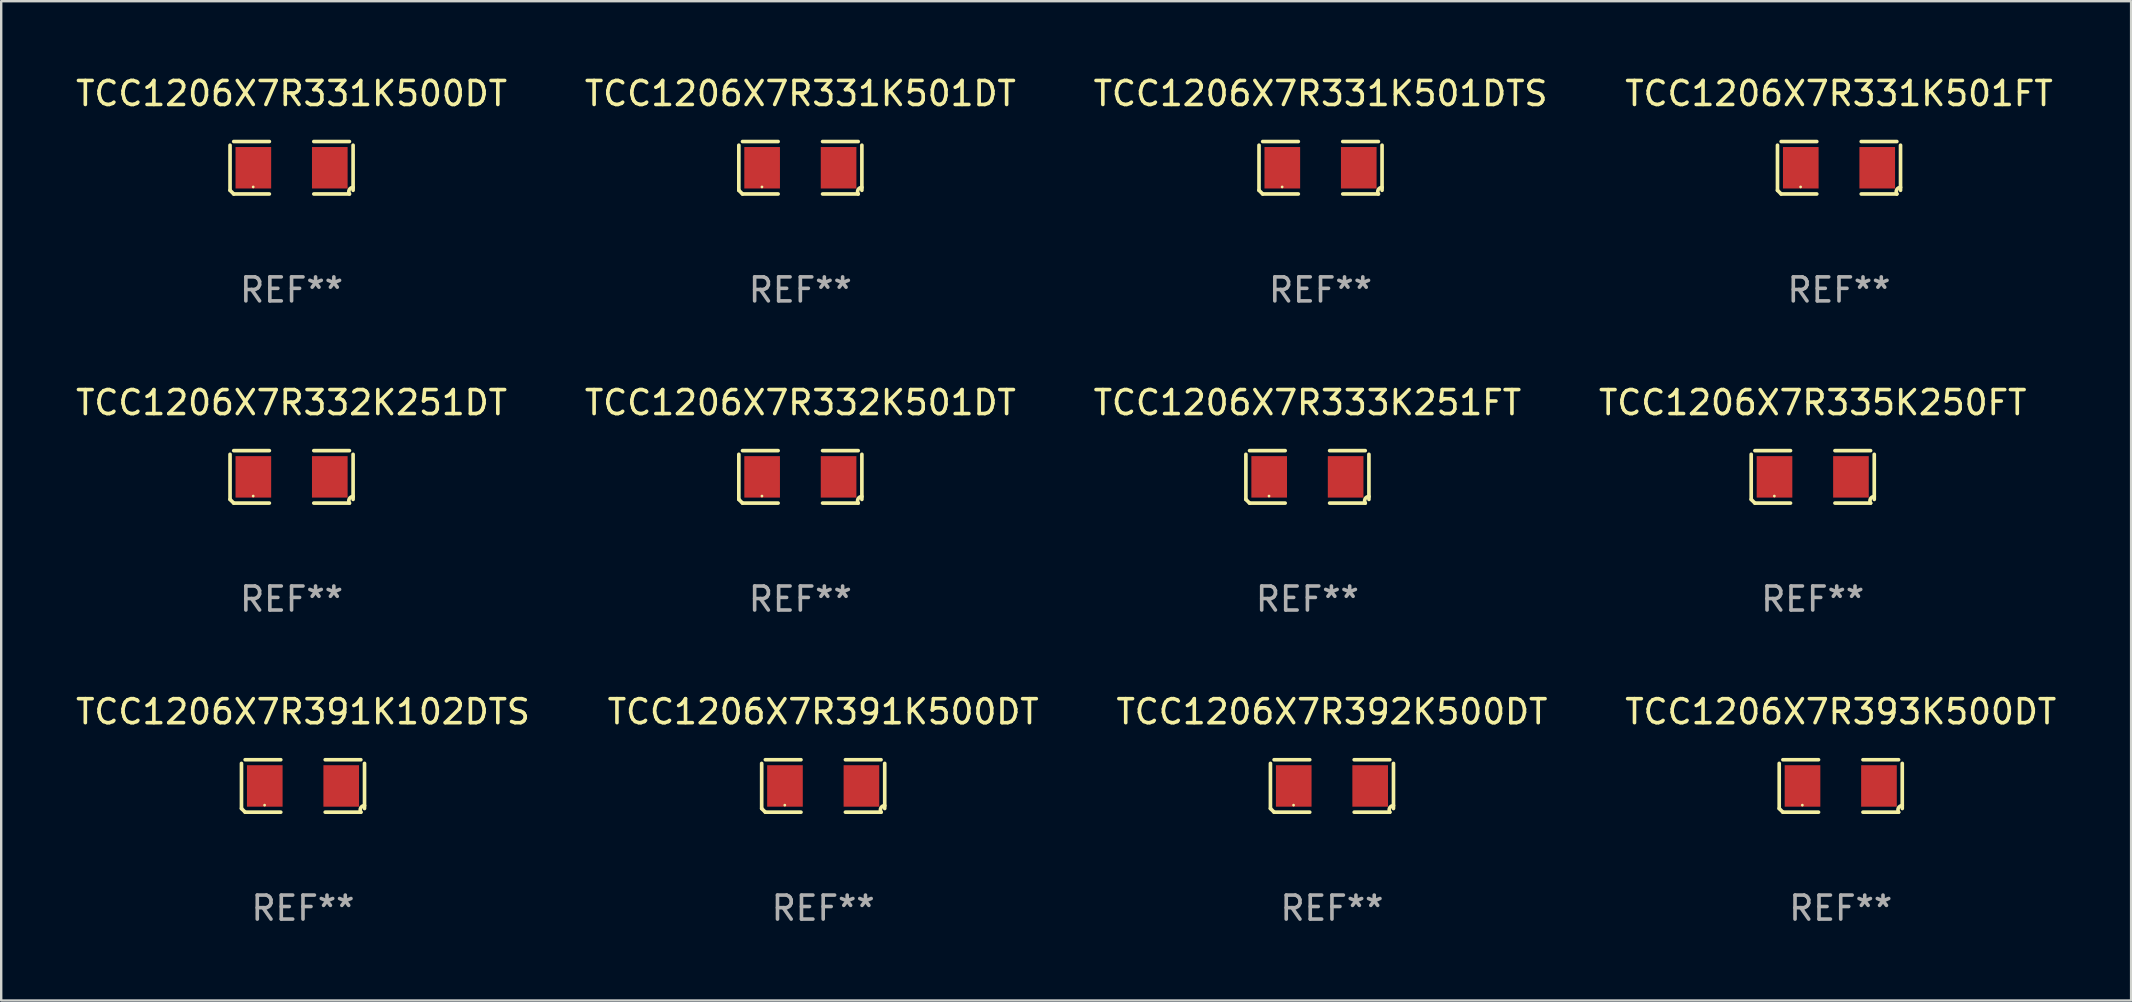
<source format=kicad_pcb>
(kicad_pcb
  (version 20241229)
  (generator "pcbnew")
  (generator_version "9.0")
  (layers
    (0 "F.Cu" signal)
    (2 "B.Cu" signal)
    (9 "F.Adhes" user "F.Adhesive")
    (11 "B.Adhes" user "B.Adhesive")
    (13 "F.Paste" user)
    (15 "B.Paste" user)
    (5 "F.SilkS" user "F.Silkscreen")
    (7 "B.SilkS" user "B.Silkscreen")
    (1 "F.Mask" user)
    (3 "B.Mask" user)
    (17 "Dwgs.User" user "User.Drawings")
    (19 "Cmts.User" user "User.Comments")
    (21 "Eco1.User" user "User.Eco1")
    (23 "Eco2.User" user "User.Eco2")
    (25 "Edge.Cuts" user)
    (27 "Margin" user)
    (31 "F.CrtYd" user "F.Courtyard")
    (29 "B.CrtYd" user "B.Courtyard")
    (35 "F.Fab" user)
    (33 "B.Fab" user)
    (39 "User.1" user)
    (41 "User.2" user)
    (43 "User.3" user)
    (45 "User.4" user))
  (footprint "TCC1206X7R332K501DT"
    (layer "F.Cu")
    (at 30.304 16.823)
    (property "Reference" "TCC1206X7R332K501DT" (at 0 -3.093 0) (layer "F.SilkS") (effects (font (size 1 1) (thickness 0.15))))
    (attr through_hole)
    (fp_line (start -2.564 0.94) (end -2.564 -0.94) (stroke (width 0.152) (type solid)) (layer "F.SilkS"))
    (fp_line (start -2.411 -1.093) (end -0.926 -1.093) (stroke (width 0.152) (type solid)) (layer "F.SilkS"))
    (fp_line (start -0.926 1.093) (end -2.411 1.093) (stroke (width 0.152) (type solid)) (layer "F.SilkS"))
    (fp_line (start 0.926 1.093) (end 2.411 1.093) (stroke (width 0.152) (type solid)) (layer "F.SilkS"))
    (fp_line (start 2.411 -1.093) (end 0.926 -1.093) (stroke (width 0.152) (type solid)) (layer "F.SilkS"))
    (fp_line (start 2.564 0.94) (end 2.564 -0.94) (stroke (width 0.152) (type solid)) (layer "F.SilkS"))
    (fp_arc (start -2.411201 1.092609) (mid -2.487413 1.01642) (end -2.563602 0.940208) (stroke (width 0.1524) (type solid)) (layer "F.SilkS"))
    (fp_arc (start 2.411201 1.092609) (mid 2.407159 0.911226) (end 2.563602 0.819347) (stroke (width 0.1524) (type solid)) (layer "F.SilkS"))
    (fp_circle (center -1.6 0.8) (end -1.57 0.8) (stroke (width 0.06) (type solid)) (fill no) (layer "F.SilkS"))
    (fp_text user "REF**" (at 0 5.093 0) (layer "F.Fab") (effects (font (size 1 1) (thickness 0.15))))
    (pad "1" smd rect (at -1.593 0) (size 1.485 1.728) (layers "F.Cu" "F.Mask" "F.Paste"))
    (pad "2" smd rect (at 1.593 0) (size 1.485 1.728) (layers "F.Cu" "F.Mask" "F.Paste")))
  (footprint "TCC1206X7R331K500DT"
    (layer "F.Cu")
    (at 9.101 3.941)
    (property "Reference" "TCC1206X7R331K500DT" (at 0 -3.093 0) (layer "F.SilkS") (effects (font (size 1 1) (thickness 0.15))))
    (attr through_hole)
    (fp_line (start -2.564 0.94) (end -2.564 -0.94) (stroke (width 0.152) (type solid)) (layer "F.SilkS"))
    (fp_line (start -2.411 -1.093) (end -0.926 -1.093) (stroke (width 0.152) (type solid)) (layer "F.SilkS"))
    (fp_line (start -0.926 1.093) (end -2.411 1.093) (stroke (width 0.152) (type solid)) (layer "F.SilkS"))
    (fp_line (start 0.926 1.093) (end 2.411 1.093) (stroke (width 0.152) (type solid)) (layer "F.SilkS"))
    (fp_line (start 2.411 -1.093) (end 0.926 -1.093) (stroke (width 0.152) (type solid)) (layer "F.SilkS"))
    (fp_line (start 2.564 0.94) (end 2.564 -0.94) (stroke (width 0.152) (type solid)) (layer "F.SilkS"))
    (fp_arc (start -2.411201 1.092609) (mid -2.487413 1.01642) (end -2.563602 0.940208) (stroke (width 0.1524) (type solid)) (layer "F.SilkS"))
    (fp_arc (start 2.411201 1.092609) (mid 2.407159 0.911226) (end 2.563602 0.819347) (stroke (width 0.1524) (type solid)) (layer "F.SilkS"))
    (fp_circle (center -1.6 0.8) (end -1.57 0.8) (stroke (width 0.06) (type solid)) (fill no) (layer "F.SilkS"))
    (fp_text user "REF**" (at 0 5.093 0) (layer "F.Fab") (effects (font (size 1 1) (thickness 0.15))))
    (pad "1" smd rect (at -1.593 0) (size 1.485 1.728) (layers "F.Cu" "F.Mask" "F.Paste"))
    (pad "2" smd rect (at 1.593 0) (size 1.485 1.728) (layers "F.Cu" "F.Mask" "F.Paste")))
  (footprint "TCC1206X7R331K501DT"
    (layer "F.Cu")
    (at 30.304 3.941)
    (property "Reference" "TCC1206X7R331K501DT" (at 0 -3.093 0) (layer "F.SilkS") (effects (font (size 1 1) (thickness 0.15))))
    (attr through_hole)
    (fp_line (start -2.564 0.94) (end -2.564 -0.94) (stroke (width 0.152) (type solid)) (layer "F.SilkS"))
    (fp_line (start -2.411 -1.093) (end -0.926 -1.093) (stroke (width 0.152) (type solid)) (layer "F.SilkS"))
    (fp_line (start -0.926 1.093) (end -2.411 1.093) (stroke (width 0.152) (type solid)) (layer "F.SilkS"))
    (fp_line (start 0.926 1.093) (end 2.411 1.093) (stroke (width 0.152) (type solid)) (layer "F.SilkS"))
    (fp_line (start 2.411 -1.093) (end 0.926 -1.093) (stroke (width 0.152) (type solid)) (layer "F.SilkS"))
    (fp_line (start 2.564 0.94) (end 2.564 -0.94) (stroke (width 0.152) (type solid)) (layer "F.SilkS"))
    (fp_arc (start -2.411201 1.092609) (mid -2.487413 1.01642) (end -2.563602 0.940208) (stroke (width 0.1524) (type solid)) (layer "F.SilkS"))
    (fp_arc (start 2.411201 1.092609) (mid 2.407159 0.911226) (end 2.563602 0.819347) (stroke (width 0.1524) (type solid)) (layer "F.SilkS"))
    (fp_circle (center -1.6 0.8) (end -1.57 0.8) (stroke (width 0.06) (type solid)) (fill no) (layer "F.SilkS"))
    (fp_text user "REF**" (at 0 5.093 0) (layer "F.Fab") (effects (font (size 1 1) (thickness 0.15))))
    (pad "1" smd rect (at -1.593 0) (size 1.485 1.728) (layers "F.Cu" "F.Mask" "F.Paste"))
    (pad "2" smd rect (at 1.593 0) (size 1.485 1.728) (layers "F.Cu" "F.Mask" "F.Paste")))
  (footprint "TCC1206X7R331K501FT"
    (layer "F.Cu")
    (at 73.589 3.941)
    (property "Reference" "TCC1206X7R331K501FT" (at 0 -3.093 0) (layer "F.SilkS") (effects (font (size 1 1) (thickness 0.15))))
    (attr through_hole)
    (fp_line (start -2.564 0.94) (end -2.564 -0.94) (stroke (width 0.152) (type solid)) (layer "F.SilkS"))
    (fp_line (start -2.411 -1.093) (end -0.926 -1.093) (stroke (width 0.152) (type solid)) (layer "F.SilkS"))
    (fp_line (start -0.926 1.093) (end -2.411 1.093) (stroke (width 0.152) (type solid)) (layer "F.SilkS"))
    (fp_line (start 0.926 1.093) (end 2.411 1.093) (stroke (width 0.152) (type solid)) (layer "F.SilkS"))
    (fp_line (start 2.411 -1.093) (end 0.926 -1.093) (stroke (width 0.152) (type solid)) (layer "F.SilkS"))
    (fp_line (start 2.564 0.94) (end 2.564 -0.94) (stroke (width 0.152) (type solid)) (layer "F.SilkS"))
    (fp_arc (start -2.411201 1.092609) (mid -2.487413 1.01642) (end -2.563602 0.940208) (stroke (width 0.1524) (type solid)) (layer "F.SilkS"))
    (fp_arc (start 2.411201 1.092609) (mid 2.407159 0.911226) (end 2.563602 0.819347) (stroke (width 0.1524) (type solid)) (layer "F.SilkS"))
    (fp_circle (center -1.6 0.8) (end -1.57 0.8) (stroke (width 0.06) (type solid)) (fill no) (layer "F.SilkS"))
    (fp_text user "REF**" (at 0 5.093 0) (layer "F.Fab") (effects (font (size 1 1) (thickness 0.15))))
    (pad "1" smd rect (at -1.593 0) (size 1.485 1.728) (layers "F.Cu" "F.Mask" "F.Paste"))
    (pad "2" smd rect (at 1.593 0) (size 1.485 1.728) (layers "F.Cu" "F.Mask" "F.Paste")))
  (footprint "TCC1206X7R391K500DT"
    (layer "F.Cu")
    (at 31.256 29.704)
    (property "Reference" "TCC1206X7R391K500DT" (at 0 -3.093 0) (layer "F.SilkS") (effects (font (size 1 1) (thickness 0.15))))
    (attr through_hole)
    (fp_line (start -2.564 0.94) (end -2.564 -0.94) (stroke (width 0.152) (type solid)) (layer "F.SilkS"))
    (fp_line (start -2.411 -1.093) (end -0.926 -1.093) (stroke (width 0.152) (type solid)) (layer "F.SilkS"))
    (fp_line (start -0.926 1.093) (end -2.411 1.093) (stroke (width 0.152) (type solid)) (layer "F.SilkS"))
    (fp_line (start 0.926 1.093) (end 2.411 1.093) (stroke (width 0.152) (type solid)) (layer "F.SilkS"))
    (fp_line (start 2.411 -1.093) (end 0.926 -1.093) (stroke (width 0.152) (type solid)) (layer "F.SilkS"))
    (fp_line (start 2.564 0.94) (end 2.564 -0.94) (stroke (width 0.152) (type solid)) (layer "F.SilkS"))
    (fp_arc (start -2.411201 1.092609) (mid -2.487413 1.01642) (end -2.563602 0.940208) (stroke (width 0.1524) (type solid)) (layer "F.SilkS"))
    (fp_arc (start 2.411201 1.092609) (mid 2.407159 0.911226) (end 2.563602 0.819347) (stroke (width 0.1524) (type solid)) (layer "F.SilkS"))
    (fp_circle (center -1.6 0.8) (end -1.57 0.8) (stroke (width 0.06) (type solid)) (fill no) (layer "F.SilkS"))
    (fp_text user "REF**" (at 0 5.093 0) (layer "F.Fab") (effects (font (size 1 1) (thickness 0.15))))
    (pad "1" smd rect (at -1.593 0) (size 1.485 1.728) (layers "F.Cu" "F.Mask" "F.Paste"))
    (pad "2" smd rect (at 1.593 0) (size 1.485 1.728) (layers "F.Cu" "F.Mask" "F.Paste")))
  (footprint "TCC1206X7R332K251DT"
    (layer "F.Cu")
    (at 9.101 16.823)
    (property "Reference" "TCC1206X7R332K251DT" (at 0 -3.093 0) (layer "F.SilkS") (effects (font (size 1 1) (thickness 0.15))))
    (attr through_hole)
    (fp_line (start -2.564 0.94) (end -2.564 -0.94) (stroke (width 0.152) (type solid)) (layer "F.SilkS"))
    (fp_line (start -2.411 -1.093) (end -0.926 -1.093) (stroke (width 0.152) (type solid)) (layer "F.SilkS"))
    (fp_line (start -0.926 1.093) (end -2.411 1.093) (stroke (width 0.152) (type solid)) (layer "F.SilkS"))
    (fp_line (start 0.926 1.093) (end 2.411 1.093) (stroke (width 0.152) (type solid)) (layer "F.SilkS"))
    (fp_line (start 2.411 -1.093) (end 0.926 -1.093) (stroke (width 0.152) (type solid)) (layer "F.SilkS"))
    (fp_line (start 2.564 0.94) (end 2.564 -0.94) (stroke (width 0.152) (type solid)) (layer "F.SilkS"))
    (fp_arc (start -2.411201 1.092609) (mid -2.487413 1.01642) (end -2.563602 0.940208) (stroke (width 0.1524) (type solid)) (layer "F.SilkS"))
    (fp_arc (start 2.411201 1.092609) (mid 2.407159 0.911226) (end 2.563602 0.819347) (stroke (width 0.1524) (type solid)) (layer "F.SilkS"))
    (fp_circle (center -1.6 0.8) (end -1.57 0.8) (stroke (width 0.06) (type solid)) (fill no) (layer "F.SilkS"))
    (fp_text user "REF**" (at 0 5.093 0) (layer "F.Fab") (effects (font (size 1 1) (thickness 0.15))))
    (pad "1" smd rect (at -1.593 0) (size 1.485 1.728) (layers "F.Cu" "F.Mask" "F.Paste"))
    (pad "2" smd rect (at 1.593 0) (size 1.485 1.728) (layers "F.Cu" "F.Mask" "F.Paste")))
  (footprint "TCC1206X7R393K500DT"
    (layer "F.Cu")
    (at 73.661 29.704)
    (property "Reference" "TCC1206X7R393K500DT" (at 0 -3.093 0) (layer "F.SilkS") (effects (font (size 1 1) (thickness 0.15))))
    (attr through_hole)
    (fp_line (start -2.564 0.94) (end -2.564 -0.94) (stroke (width 0.152) (type solid)) (layer "F.SilkS"))
    (fp_line (start -2.411 -1.093) (end -0.926 -1.093) (stroke (width 0.152) (type solid)) (layer "F.SilkS"))
    (fp_line (start -0.926 1.093) (end -2.411 1.093) (stroke (width 0.152) (type solid)) (layer "F.SilkS"))
    (fp_line (start 0.926 1.093) (end 2.411 1.093) (stroke (width 0.152) (type solid)) (layer "F.SilkS"))
    (fp_line (start 2.411 -1.093) (end 0.926 -1.093) (stroke (width 0.152) (type solid)) (layer "F.SilkS"))
    (fp_line (start 2.564 0.94) (end 2.564 -0.94) (stroke (width 0.152) (type solid)) (layer "F.SilkS"))
    (fp_arc (start -2.411201 1.092609) (mid -2.487413 1.01642) (end -2.563602 0.940208) (stroke (width 0.1524) (type solid)) (layer "F.SilkS"))
    (fp_arc (start 2.411201 1.092609) (mid 2.407159 0.911226) (end 2.563602 0.819347) (stroke (width 0.1524) (type solid)) (layer "F.SilkS"))
    (fp_circle (center -1.6 0.8) (end -1.57 0.8) (stroke (width 0.06) (type solid)) (fill no) (layer "F.SilkS"))
    (fp_text user "REF**" (at 0 5.093 0) (layer "F.Fab") (effects (font (size 1 1) (thickness 0.15))))
    (pad "1" smd rect (at -1.593 0) (size 1.485 1.728) (layers "F.Cu" "F.Mask" "F.Paste"))
    (pad "2" smd rect (at 1.593 0) (size 1.485 1.728) (layers "F.Cu" "F.Mask" "F.Paste")))
  (footprint "TCC1206X7R391K102DTS"
    (layer "F.Cu")
    (at 9.577 29.704)
    (property "Reference" "TCC1206X7R391K102DTS" (at 0 -3.093 0) (layer "F.SilkS") (effects (font (size 1 1) (thickness 0.15))))
    (attr through_hole)
    (fp_line (start -2.564 0.94) (end -2.564 -0.94) (stroke (width 0.152) (type solid)) (layer "F.SilkS"))
    (fp_line (start -2.411 -1.093) (end -0.926 -1.093) (stroke (width 0.152) (type solid)) (layer "F.SilkS"))
    (fp_line (start -0.926 1.093) (end -2.411 1.093) (stroke (width 0.152) (type solid)) (layer "F.SilkS"))
    (fp_line (start 0.926 1.093) (end 2.411 1.093) (stroke (width 0.152) (type solid)) (layer "F.SilkS"))
    (fp_line (start 2.411 -1.093) (end 0.926 -1.093) (stroke (width 0.152) (type solid)) (layer "F.SilkS"))
    (fp_line (start 2.564 0.94) (end 2.564 -0.94) (stroke (width 0.152) (type solid)) (layer "F.SilkS"))
    (fp_arc (start -2.411201 1.092609) (mid -2.487413 1.01642) (end -2.563602 0.940208) (stroke (width 0.1524) (type solid)) (layer "F.SilkS"))
    (fp_arc (start 2.411201 1.092609) (mid 2.407159 0.911226) (end 2.563602 0.819347) (stroke (width 0.1524) (type solid)) (layer "F.SilkS"))
    (fp_circle (center -1.6 0.8) (end -1.57 0.8) (stroke (width 0.06) (type solid)) (fill no) (layer "F.SilkS"))
    (fp_text user "REF**" (at 0 5.093 0) (layer "F.Fab") (effects (font (size 1 1) (thickness 0.15))))
    (pad "1" smd rect (at -1.593 0) (size 1.485 1.728) (layers "F.Cu" "F.Mask" "F.Paste"))
    (pad "2" smd rect (at 1.593 0) (size 1.485 1.728) (layers "F.Cu" "F.Mask" "F.Paste")))
  (footprint "TCC1206X7R392K500DT"
    (layer "F.Cu")
    (at 52.458 29.704)
    (property "Reference" "TCC1206X7R392K500DT" (at 0 -3.093 0) (layer "F.SilkS") (effects (font (size 1 1) (thickness 0.15))))
    (attr through_hole)
    (fp_line (start -2.564 0.94) (end -2.564 -0.94) (stroke (width 0.152) (type solid)) (layer "F.SilkS"))
    (fp_line (start -2.411 -1.093) (end -0.926 -1.093) (stroke (width 0.152) (type solid)) (layer "F.SilkS"))
    (fp_line (start -0.926 1.093) (end -2.411 1.093) (stroke (width 0.152) (type solid)) (layer "F.SilkS"))
    (fp_line (start 0.926 1.093) (end 2.411 1.093) (stroke (width 0.152) (type solid)) (layer "F.SilkS"))
    (fp_line (start 2.411 -1.093) (end 0.926 -1.093) (stroke (width 0.152) (type solid)) (layer "F.SilkS"))
    (fp_line (start 2.564 0.94) (end 2.564 -0.94) (stroke (width 0.152) (type solid)) (layer "F.SilkS"))
    (fp_arc (start -2.411201 1.092609) (mid -2.487413 1.01642) (end -2.563602 0.940208) (stroke (width 0.1524) (type solid)) (layer "F.SilkS"))
    (fp_arc (start 2.411201 1.092609) (mid 2.407159 0.911226) (end 2.563602 0.819347) (stroke (width 0.1524) (type solid)) (layer "F.SilkS"))
    (fp_circle (center -1.6 0.8) (end -1.57 0.8) (stroke (width 0.06) (type solid)) (fill no) (layer "F.SilkS"))
    (fp_text user "REF**" (at 0 5.093 0) (layer "F.Fab") (effects (font (size 1 1) (thickness 0.15))))
    (pad "1" smd rect (at -1.593 0) (size 1.485 1.728) (layers "F.Cu" "F.Mask" "F.Paste"))
    (pad "2" smd rect (at 1.593 0) (size 1.485 1.728) (layers "F.Cu" "F.Mask" "F.Paste")))
  (footprint "TCC1206X7R333K251FT"
    (layer "F.Cu")
    (at 51.435 16.823)
    (property "Reference" "TCC1206X7R333K251FT" (at 0 -3.093 0) (layer "F.SilkS") (effects (font (size 1 1) (thickness 0.15))))
    (attr through_hole)
    (fp_line (start -2.564 0.94) (end -2.564 -0.94) (stroke (width 0.152) (type solid)) (layer "F.SilkS"))
    (fp_line (start -2.411 -1.093) (end -0.926 -1.093) (stroke (width 0.152) (type solid)) (layer "F.SilkS"))
    (fp_line (start -0.926 1.093) (end -2.411 1.093) (stroke (width 0.152) (type solid)) (layer "F.SilkS"))
    (fp_line (start 0.926 1.093) (end 2.411 1.093) (stroke (width 0.152) (type solid)) (layer "F.SilkS"))
    (fp_line (start 2.411 -1.093) (end 0.926 -1.093) (stroke (width 0.152) (type solid)) (layer "F.SilkS"))
    (fp_line (start 2.564 0.94) (end 2.564 -0.94) (stroke (width 0.152) (type solid)) (layer "F.SilkS"))
    (fp_arc (start -2.411201 1.092609) (mid -2.487413 1.01642) (end -2.563602 0.940208) (stroke (width 0.1524) (type solid)) (layer "F.SilkS"))
    (fp_arc (start 2.411201 1.092609) (mid 2.407159 0.911226) (end 2.563602 0.819347) (stroke (width 0.1524) (type solid)) (layer "F.SilkS"))
    (fp_circle (center -1.6 0.8) (end -1.57 0.8) (stroke (width 0.06) (type solid)) (fill no) (layer "F.SilkS"))
    (fp_text user "REF**" (at 0 5.093 0) (layer "F.Fab") (effects (font (size 1 1) (thickness 0.15))))
    (pad "1" smd rect (at -1.593 0) (size 1.485 1.728) (layers "F.Cu" "F.Mask" "F.Paste"))
    (pad "2" smd rect (at 1.593 0) (size 1.485 1.728) (layers "F.Cu" "F.Mask" "F.Paste")))
  (footprint "TCC1206X7R331K501DTS"
    (layer "F.Cu")
    (at 51.982 3.941)
    (property "Reference" "TCC1206X7R331K501DTS" (at 0 -3.093 0) (layer "F.SilkS") (effects (font (size 1 1) (thickness 0.15))))
    (attr through_hole)
    (fp_line (start -2.564 0.94) (end -2.564 -0.94) (stroke (width 0.152) (type solid)) (layer "F.SilkS"))
    (fp_line (start -2.411 -1.093) (end -0.926 -1.093) (stroke (width 0.152) (type solid)) (layer "F.SilkS"))
    (fp_line (start -0.926 1.093) (end -2.411 1.093) (stroke (width 0.152) (type solid)) (layer "F.SilkS"))
    (fp_line (start 0.926 1.093) (end 2.411 1.093) (stroke (width 0.152) (type solid)) (layer "F.SilkS"))
    (fp_line (start 2.411 -1.093) (end 0.926 -1.093) (stroke (width 0.152) (type solid)) (layer "F.SilkS"))
    (fp_line (start 2.564 0.94) (end 2.564 -0.94) (stroke (width 0.152) (type solid)) (layer "F.SilkS"))
    (fp_arc (start -2.411201 1.092609) (mid -2.487413 1.01642) (end -2.563602 0.940208) (stroke (width 0.1524) (type solid)) (layer "F.SilkS"))
    (fp_arc (start 2.411201 1.092609) (mid 2.407159 0.911226) (end 2.563602 0.819347) (stroke (width 0.1524) (type solid)) (layer "F.SilkS"))
    (fp_circle (center -1.6 0.8) (end -1.57 0.8) (stroke (width 0.06) (type solid)) (fill no) (layer "F.SilkS"))
    (fp_text user "REF**" (at 0 5.093 0) (layer "F.Fab") (effects (font (size 1 1) (thickness 0.15))))
    (pad "1" smd rect (at -1.593 0) (size 1.485 1.728) (layers "F.Cu" "F.Mask" "F.Paste"))
    (pad "2" smd rect (at 1.593 0) (size 1.485 1.728) (layers "F.Cu" "F.Mask" "F.Paste")))
  (footprint "TCC1206X7R335K250FT"
    (layer "F.Cu")
    (at 72.494 16.823)
    (property "Reference" "TCC1206X7R335K250FT" (at 0 -3.093 0) (layer "F.SilkS") (effects (font (size 1 1) (thickness 0.15))))
    (attr through_hole)
    (fp_line (start -2.564 0.94) (end -2.564 -0.94) (stroke (width 0.152) (type solid)) (layer "F.SilkS"))
    (fp_line (start -2.411 -1.093) (end -0.926 -1.093) (stroke (width 0.152) (type solid)) (layer "F.SilkS"))
    (fp_line (start -0.926 1.093) (end -2.411 1.093) (stroke (width 0.152) (type solid)) (layer "F.SilkS"))
    (fp_line (start 0.926 1.093) (end 2.411 1.093) (stroke (width 0.152) (type solid)) (layer "F.SilkS"))
    (fp_line (start 2.411 -1.093) (end 0.926 -1.093) (stroke (width 0.152) (type solid)) (layer "F.SilkS"))
    (fp_line (start 2.564 0.94) (end 2.564 -0.94) (stroke (width 0.152) (type solid)) (layer "F.SilkS"))
    (fp_arc (start -2.411201 1.092609) (mid -2.487413 1.01642) (end -2.563602 0.940208) (stroke (width 0.1524) (type solid)) (layer "F.SilkS"))
    (fp_arc (start 2.411201 1.092609) (mid 2.407159 0.911226) (end 2.563602 0.819347) (stroke (width 0.1524) (type solid)) (layer "F.SilkS"))
    (fp_circle (center -1.6 0.8) (end -1.57 0.8) (stroke (width 0.06) (type solid)) (fill no) (layer "F.SilkS"))
    (fp_text user "REF**" (at 0 5.093 0) (layer "F.Fab") (effects (font (size 1 1) (thickness 0.15))))
    (pad "1" smd rect (at -1.593 0) (size 1.485 1.728) (layers "F.Cu" "F.Mask" "F.Paste"))
    (pad "2" smd rect (at 1.593 0) (size 1.485 1.728) (layers "F.Cu" "F.Mask" "F.Paste")))
  (gr_rect
    (start -3 -3)
    (end 85.762 38.645)
    (stroke (width 0.1) (type default))
    (fill no)
    (layer "Edge.Cuts")))
</source>
